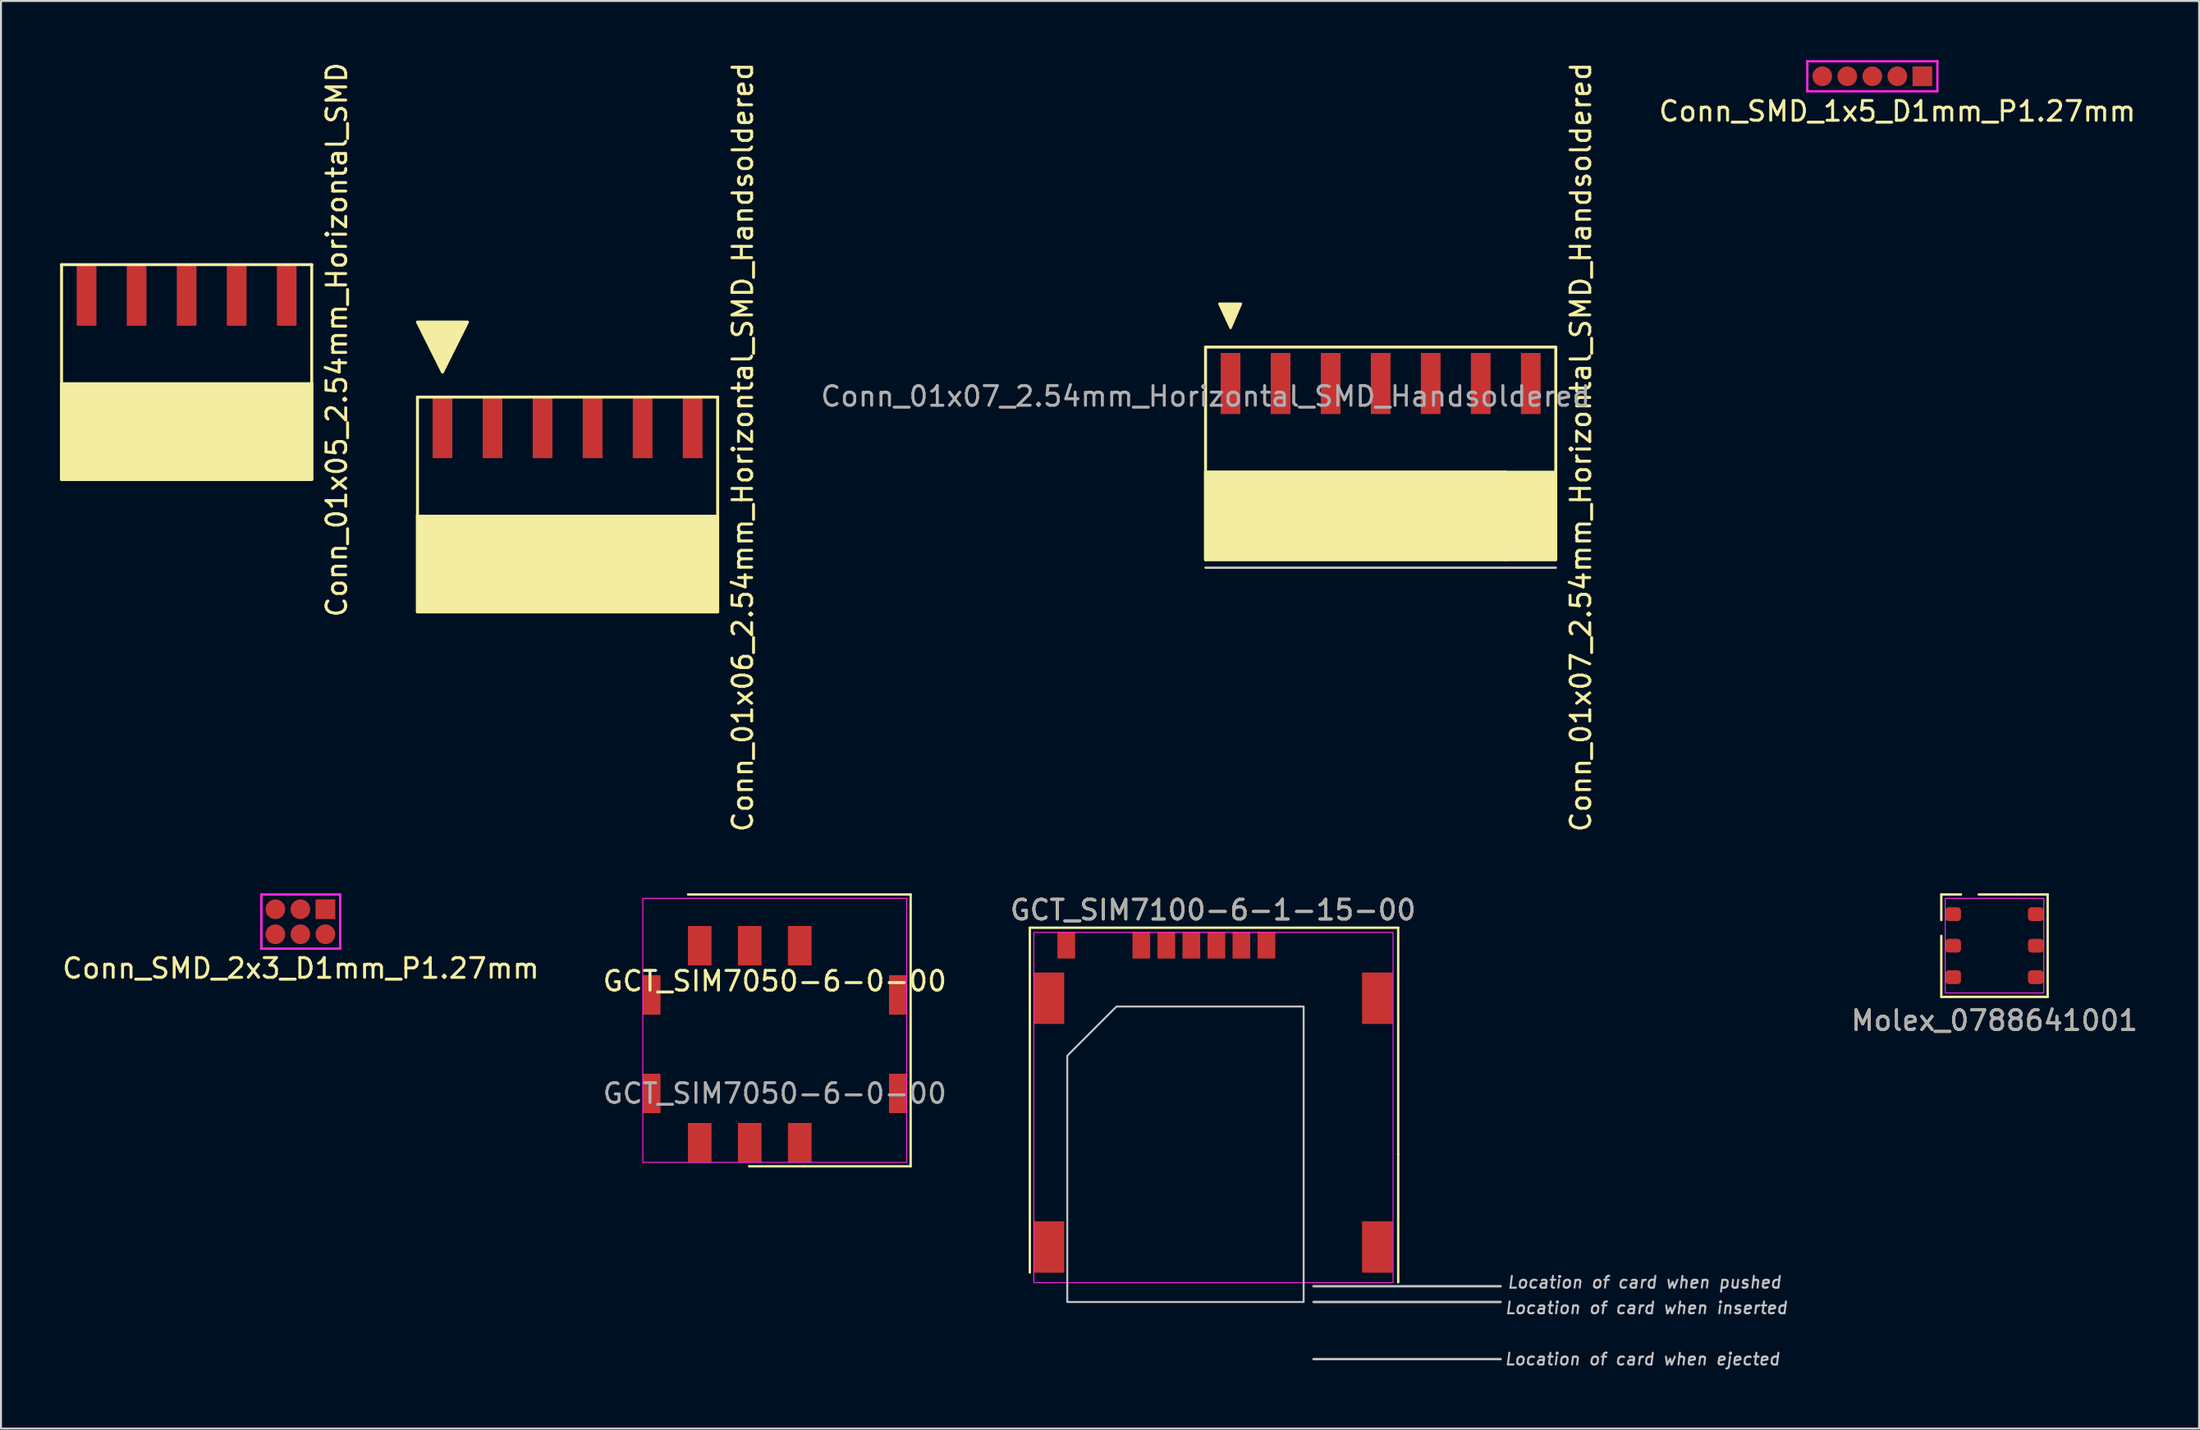
<source format=kicad_pcb>
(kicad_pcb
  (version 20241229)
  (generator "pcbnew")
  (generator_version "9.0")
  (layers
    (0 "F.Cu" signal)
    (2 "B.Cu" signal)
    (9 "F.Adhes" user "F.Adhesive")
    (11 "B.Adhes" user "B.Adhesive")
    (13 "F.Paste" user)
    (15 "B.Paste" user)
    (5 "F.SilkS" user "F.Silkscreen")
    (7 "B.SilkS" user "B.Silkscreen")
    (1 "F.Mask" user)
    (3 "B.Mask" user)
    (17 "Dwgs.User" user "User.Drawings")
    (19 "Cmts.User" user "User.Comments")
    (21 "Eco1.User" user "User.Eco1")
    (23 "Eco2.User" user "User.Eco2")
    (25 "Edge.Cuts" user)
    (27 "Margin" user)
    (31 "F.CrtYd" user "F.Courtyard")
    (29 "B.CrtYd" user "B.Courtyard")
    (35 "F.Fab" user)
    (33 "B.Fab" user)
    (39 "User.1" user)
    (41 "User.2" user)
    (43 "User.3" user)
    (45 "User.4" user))
  (footprint "Conn_01x05_2.54mm_Horizontal_SMD"
    (layer "F.Cu")
    (at 1.345 10.386)
    (property "Reference" "Conn_01x05_2.54mm_Horizontal_SMD" (at 12.7 3.81 90) (layer "F.SilkS") (effects (font (size 1 1) (thickness 0.15))))
    (attr through_hole)
    (fp_line (start -1.27 0) (end -1.27 6.05) (stroke (width 0.15) (type solid)) (layer "F.SilkS"))
    (fp_line (start -1.27 0) (end 11.43 0) (stroke (width 0.15) (type solid)) (layer "F.SilkS"))
    (fp_line (start -1.27 6.05) (end -1.27 10.9) (stroke (width 0.15) (type solid)) (layer "F.SilkS"))
    (fp_line (start -1.27 10.9) (end 11.43 10.9) (stroke (width 0.15) (type solid)) (layer "F.SilkS"))
    (fp_line (start 11.43 0) (end 11.43 6.05) (stroke (width 0.15) (type solid)) (layer "F.SilkS"))
    (fp_line (start 11.43 6.05) (end -1.27 6.05) (stroke (width 0.15) (type solid)) (layer "F.SilkS"))
    (fp_line (start 11.43 6.05) (end 11.43 10.9) (stroke (width 0.15) (type solid)) (layer "F.SilkS"))
    (fp_poly (pts (xy -1.27 6.05) (xy 11.43 6.05) (xy 11.43 10.9) (xy -1.27 10.9)) (stroke (width 0.15) (type solid)) (fill yes) (layer "F.SilkS"))
    (pad "1" smd rect (at 0 1.85) (size 1 3.1) (drill (offset 0 -0.3)) (layers "F.Cu" "F.Mask" "F.Paste"))
    (pad "2" smd rect (at 2.54 1.85) (size 1 3.1) (drill (offset 0 -0.3)) (layers "F.Cu" "F.Mask" "F.Paste"))
    (pad "3" smd rect (at 5.08 1.85) (size 1 3.1) (drill (offset 0 -0.3)) (layers "F.Cu" "F.Mask" "F.Paste"))
    (pad "4" smd rect (at 7.62 1.85) (size 1 3.1) (drill (offset 0 -0.3)) (layers "F.Cu" "F.Mask" "F.Paste"))
    (pad "5" smd rect (at 10.16 1.85) (size 1 3.1) (drill (offset 0 -0.3)) (layers "F.Cu" "F.Mask" "F.Paste")))
  (footprint "Conn_01x07_2.54mm_Horizontal_SMD_Handsoldered"
    (layer "F.Cu")
    (at 58.15 14.569)
    (property "Reference" "Conn_01x07_2.54mm_Horizontal_SMD_Handsoldered" (at 19.05 5.08 90) (unlocked yes) (layer "F.SilkS") (effects (font (size 1 1) (thickness 0.15))))
    (attr smd)
    (fp_line (start 0 0) (end 0 6.35) (stroke (width 0.15) (type solid)) (layer "F.SilkS"))
    (fp_line (start 0 0) (end 17.78 0) (stroke (width 0.15) (type solid)) (layer "F.SilkS"))
    (fp_line (start 0 6.35) (end 0 10.8) (stroke (width 0.15) (type solid)) (layer "F.SilkS"))
    (fp_line (start 15.24 6.35) (end 0 6.35) (stroke (width 0.15) (type solid)) (layer "F.SilkS"))
    (fp_line (start 15.24 6.35) (end 15.24 10.8) (stroke (width 0.15) (type solid)) (layer "F.SilkS"))
    (fp_line (start 17.78 0) (end 17.78 6.35) (stroke (width 0.15) (type solid)) (layer "F.SilkS"))
    (fp_poly (pts (xy 1.27 -0.97) (xy 0.7 -2.2) (xy 1.8 -2.2)) (stroke (width 0.12) (type solid)) (fill yes) (layer "F.SilkS"))
    (fp_poly (pts (xy 0 6.35) (xy 17.78 6.35) (xy 17.78 10.8) (xy 0 10.8)) (stroke (width 0.15) (type solid)) (fill yes) (layer "F.SilkS"))
    (fp_line (start 0 11.2) (end 17.78 11.2) (stroke (width 0.12) (type solid)) (layer "Dwgs.User"))
    (fp_text user "${REFERENCE}" (at 0 2.5 0) (unlocked yes) (layer "F.Fab") (effects (font (size 1 1) (thickness 0.15))))
    (pad "1" smd rect (at 1.27 1.85) (size 1 3.1) (layers "F.Cu" "F.Mask" "F.Paste"))
    (pad "2" smd rect (at 3.81 1.85) (size 1 3.1) (layers "F.Cu" "F.Mask" "F.Paste"))
    (pad "3" smd rect (at 6.35 1.85) (size 1 3.1) (layers "F.Cu" "F.Mask" "F.Paste"))
    (pad "4" smd rect (at 8.89 1.85) (size 1 3.1) (layers "F.Cu" "F.Mask" "F.Paste"))
    (pad "5" smd rect (at 11.43 1.85) (size 1 3.1) (layers "F.Cu" "F.Mask" "F.Paste"))
    (pad "6" smd rect (at 13.97 1.85) (size 1 3.1) (layers "F.Cu" "F.Mask" "F.Paste"))
    (pad "7" smd rect (at 16.51 1.85) (size 1 3.1) (layers "F.Cu" "F.Mask" "F.Paste")))
  (footprint "GCT_SIM7050-6-0-00"
    (layer "F.Cu")
    (at 36.28 49.958)
    (property "Reference" "GCT_SIM7050-6-0-00" (at 0 -3.2 0) (unlocked yes) (layer "F.SilkS") (effects (font (size 1 1) (thickness 0.15))))
    (attr smd)
    (fp_line (start -1.3 6.2) (end 1.5 6.2) (stroke (width 0.12) (type solid)) (layer "F.SilkS"))
    (fp_line (start 1.5 6.2) (end 6.9 6.2) (stroke (width 0.12) (type solid)) (layer "F.SilkS"))
    (fp_line (start 6.9 -7.6) (end -4.4 -7.6) (stroke (width 0.12) (type solid)) (layer "F.SilkS"))
    (fp_line (start 6.9 6.2) (end 6.9 -7.6) (stroke (width 0.12) (type solid)) (layer "F.SilkS"))
    (fp_rect (start -6.7 -7.4) (end 6.7 6) (stroke (width 0.05) (type solid)) (fill no) (layer "F.CrtYd"))
    (fp_text user "${REFERENCE}" (at 0 2.5 0) (unlocked yes) (layer "F.Fab") (effects (font (size 1 1) (thickness 0.15))))
    (pad "1" smd rect (at -3.81 -5) (size 1.2 2) (layers "F.Cu" "F.Mask" "F.Paste"))
    (pad "2" smd rect (at -1.27 -5) (size 1.2 2) (layers "F.Cu" "F.Mask" "F.Paste"))
    (pad "3" smd rect (at 1.27 -5) (size 1.2 2) (layers "F.Cu" "F.Mask" "F.Paste"))
    (pad "5" smd rect (at -3.81 5) (size 1.2 2) (layers "F.Cu" "F.Mask" "F.Paste"))
    (pad "6" smd rect (at -1.27 5) (size 1.2 2) (layers "F.Cu" "F.Mask" "F.Paste"))
    (pad "7" smd rect (at 1.27 5) (size 1.2 2) (layers "F.Cu" "F.Mask" "F.Paste"))
    (pad "MP1" smd rect (at -6.25 -2.5) (size 0.9 2) (layers "F.Cu" "F.Mask" "F.Paste"))
    (pad "MP2" smd rect (at 6.25 -2.5) (size 0.9 2) (layers "F.Cu" "F.Mask" "F.Paste"))
    (pad "MP3" smd rect (at -6.25 2.5) (size 0.9 2) (layers "F.Cu" "F.Mask" "F.Paste"))
    (pad "MP4" smd rect (at 6.25 2.5) (size 0.9 2) (layers "F.Cu" "F.Mask" "F.Paste")))
  (footprint "Molex_0788641001"
    (layer "F.Cu")
    (at 98.201 44.958)
    (property "Reference" "Molex_0788641001" (at 0 3.8 0) (unlocked yes) (layer "F.SilkS") (effects (font (size 1 1) (thickness 0.15))))
    (attr smd)
    (fp_line (start -2.7 -2.6) (end -2.7 -1.3) (stroke (width 0.12) (type solid)) (layer "F.SilkS"))
    (fp_line (start -2.7 -2.6) (end -1.7 -2.6) (stroke (width 0.12) (type solid)) (layer "F.SilkS"))
    (fp_line (start -2.7 -0.5) (end -2.7 2.6) (stroke (width 0.12) (type solid)) (layer "F.SilkS"))
    (fp_line (start -2.7 2.6) (end -2.2 2.6) (stroke (width 0.12) (type solid)) (layer "F.SilkS"))
    (fp_line (start -2.2 2.6) (end 0.4 2.6) (stroke (width 0.12) (type solid)) (layer "F.SilkS"))
    (fp_line (start 0.4 2.6) (end 2.3 2.6) (stroke (width 0.12) (type solid)) (layer "F.SilkS"))
    (fp_line (start 1.2 -2.6) (end -0.8 -2.6) (stroke (width 0.12) (type solid)) (layer "F.SilkS"))
    (fp_line (start 2.3 2.6) (end 2.7 2.6) (stroke (width 0.12) (type solid)) (layer "F.SilkS"))
    (fp_line (start 2.7 -2.6) (end 1.2 -2.6) (stroke (width 0.12) (type solid)) (layer "F.SilkS"))
    (fp_line (start 2.7 -2.3) (end 2.7 -2.6) (stroke (width 0.12) (type solid)) (layer "F.SilkS"))
    (fp_line (start 2.7 1.4) (end 2.7 -2.3) (stroke (width 0.12) (type solid)) (layer "F.SilkS"))
    (fp_line (start 2.7 2.6) (end 2.7 1.4) (stroke (width 0.12) (type solid)) (layer "F.SilkS"))
    (fp_rect (start -2.5 -2.4) (end 2.5 2.4) (stroke (width 0.05) (type solid)) (fill no) (layer "F.CrtYd"))
    (fp_text user "${REFERENCE}" (at 0 3.8 0) (unlocked yes) (layer "F.Fab") (effects (font (size 1 1) (thickness 0.15))))
    (pad "1" smd roundrect (at -2.1 -1.6 270) (size 0.7 0.8) (layers "F.Cu" "F.Mask" "F.Paste") (roundrect_rratio 0.25))
    (pad "2" smd roundrect (at 2.1 -1.6 270) (size 0.7 0.8) (layers "F.Cu" "F.Mask" "F.Paste") (roundrect_rratio 0.25))
    (pad "3" smd roundrect (at -2.1 0 270) (size 0.7 0.8) (layers "F.Cu" "F.Mask" "F.Paste") (roundrect_rratio 0.25))
    (pad "4" smd roundrect (at 2.1 0 270) (size 0.7 0.8) (layers "F.Cu" "F.Mask" "F.Paste") (roundrect_rratio 0.25))
    (pad "5" smd roundrect (at -2.1 1.6 270) (size 0.7 0.8) (layers "F.Cu" "F.Mask" "F.Paste") (roundrect_rratio 0.25))
    (pad "6" smd roundrect (at 2.1 1.6 270) (size 0.7 0.8) (layers "F.Cu" "F.Mask" "F.Paste") (roundrect_rratio 0.25)))
  (footprint "GCT_SIM7100-6-1-15-00"
    (layer "F.Cu")
    (at 58.53 52.946)
    (property "Reference" "GCT_SIM7100-6-1-15-00" (at 0 -9.8 0) (unlocked yes) (layer "F.SilkS") (effects (font (size 1 1) (thickness 0.15))))
    (attr smd)
    (fp_line (start -9.3 -8.9) (end -9.3 8.6) (stroke (width 0.12) (type solid)) (layer "F.SilkS"))
    (fp_line (start 9.4 -8.9) (end -9.3 -8.9) (stroke (width 0.12) (type solid)) (layer "F.SilkS"))
    (fp_line (start 9.4 2.6) (end 9.4 -8.9) (stroke (width 0.12) (type solid)) (layer "F.SilkS"))
    (fp_line (start 9.4 9.1) (end 9.4 2.6) (stroke (width 0.12) (type solid)) (layer "F.SilkS"))
    (fp_line (start 5.1 10.1) (end 14.6 10.1) (stroke (width 0.12) (type solid)) (layer "Dwgs.User"))
    (fp_line (start 5.1 13) (end 14.6 13) (stroke (width 0.12) (type solid)) (layer "Dwgs.User"))
    (fp_line (start 14.6 9.3) (end 5.1 9.3) (stroke (width 0.12) (type solid)) (layer "Dwgs.User"))
    (fp_poly (pts (xy -4.9 -4.9) (xy -7.4 -2.4) (xy -7.4 10.1) (xy 4.6 10.1) (xy 4.6 -4.9)) (stroke (width 0.1) (type solid)) (fill no) (layer "Dwgs.User"))
    (fp_rect (start -9.1 -8.661) (end 9.14 9.119) (stroke (width 0.05) (type solid)) (fill no) (layer "F.CrtYd"))
    (fp_text user "Location of card when pushed" (at 21.9 9.1 0) (unlocked yes) (layer "Dwgs.User") (effects (font (size 0.6 0.6) (thickness 0.1) (italic yes))))
    (fp_text user "Location of card when inserted" (at 22 10.4 0) (unlocked yes) (layer "Dwgs.User") (effects (font (size 0.6 0.6) (thickness 0.1) (italic yes))))
    (fp_text user "Location of card when ejected" (at 21.8 13 0) (unlocked yes) (layer "Dwgs.User") (effects (font (size 0.6 0.6) (thickness 0.1) (italic yes))))
    (fp_text user "${REFERENCE}" (at 0 -9.8 0) (unlocked yes) (layer "F.Fab") (effects (font (size 1 1) (thickness 0.15))))
    (pad "1" smd rect (at 2.71 -8.011) (size 0.9 1.35) (layers "F.Cu" "F.Mask" "F.Paste"))
    (pad "2" smd rect (at 0.17 -8.011) (size 0.9 1.35) (layers "F.Cu" "F.Mask" "F.Paste"))
    (pad "3" smd rect (at -2.37 -8.011) (size 0.9 1.35) (layers "F.Cu" "F.Mask" "F.Paste"))
    (pad "5" smd rect (at 1.44 -8.011) (size 0.9 1.35) (layers "F.Cu" "F.Mask" "F.Paste"))
    (pad "6" smd rect (at -1.1 -8.011) (size 0.9 1.35) (layers "F.Cu" "F.Mask" "F.Paste"))
    (pad "7" smd rect (at -3.64 -8.011) (size 0.9 1.35) (layers "F.Cu" "F.Mask" "F.Paste"))
    (pad "9" smd rect (at -7.45 -8.011) (size 0.9 1.35) (layers "F.Cu" "F.Mask" "F.Paste"))
    (pad "10" smd rect (at -8.335 -5.321) (size 1.56 2.61) (layers "F.Cu" "F.Mask" "F.Paste"))
    (pad "11" smd rect (at 8.345 -5.321) (size 1.56 2.61) (layers "F.Cu" "F.Mask" "F.Paste"))
    (pad "12" smd rect (at 8.345 7.309) (size 1.56 2.61) (layers "F.Cu" "F.Mask" "F.Paste"))
    (pad "13" smd rect (at -8.335 7.309) (size 1.56 2.61) (layers "F.Cu" "F.Mask" "F.Paste"))
    (zone (net_name "") (layer "F.Cu") (hatch full 0.508) (connect_pads) (min_thickness 0.254) (filled_areas_thickness no) (keepout (tracks not_allowed) (vias not_allowed) (pads not_allowed) (copperpour allowed) (footprints not_allowed)) (placement (enabled no)) (fill) (polygon (pts (xy 56.9 54.206) (xy 55.5 54.206) (xy 55.5 50.266) (xy 56.9 50.266))))
    (zone (net_name "") (layer "F.Cu") (hatch full 0.508) (connect_pads) (min_thickness 0.254) (filled_areas_thickness no) (keepout (tracks not_allowed) (vias not_allowed) (pads not_allowed) (copperpour allowed) (footprints not_allowed)) (placement (enabled no)) (fill) (polygon (pts (xy 57.05 61.586) (xy 55.35 61.586) (xy 55.35 58.006) (xy 57.05 58.006))))
    (zone (net_name "") (layer "F.Cu") (hatch full 0.508) (connect_pads) (min_thickness 0.254) (filled_areas_thickness no) (keepout (tracks not_allowed) (vias not_allowed) (pads not_allowed) (copperpour allowed) (footprints allowed)) (placement (enabled no)) (fill) (polygon (pts (xy 59.44 54.206) (xy 58.04 54.206) (xy 58.04 50.266) (xy 59.44 50.266))))
    (zone (net_name "") (layer "F.Cu") (hatch full 0.508) (connect_pads) (min_thickness 0.254) (filled_areas_thickness no) (keepout (tracks not_allowed) (vias not_allowed) (pads not_allowed) (copperpour allowed) (footprints not_allowed)) (placement (enabled no)) (fill) (polygon (pts (xy 59.59 61.586) (xy 57.89 61.586) (xy 57.89 58.006) (xy 59.59 58.006))))
    (zone (net_name "") (layer "F.Cu") (hatch full 0.508) (connect_pads) (min_thickness 0.254) (filled_areas_thickness no) (keepout (tracks not_allowed) (vias not_allowed) (pads not_allowed) (copperpour allowed) (footprints allowed)) (placement (enabled no)) (fill) (polygon (pts (xy 61.98 54.206) (xy 60.58 54.206) (xy 60.58 50.266) (xy 61.98 50.266))))
    (zone (net_name "") (layer "F.Cu") (hatch full 0.508) (connect_pads) (min_thickness 0.254) (filled_areas_thickness no) (keepout (tracks not_allowed) (vias not_allowed) (pads not_allowed) (copperpour allowed) (footprints not_allowed)) (placement (enabled no)) (fill) (polygon (pts (xy 62.13 61.586) (xy 60.43 61.586) (xy 60.43 58.006) (xy 62.13 58.006)))))
  (footprint "Conn_01x06_2.54mm_Horizontal_SMD_Handsoldered"
    (layer "F.Cu")
    (at 18.143 17.109)
    (property "Reference" "Conn_01x06_2.54mm_Horizontal_SMD_Handsoldered" (at 16.51 2.54 90) (layer "F.SilkS") (effects (font (size 1 1) (thickness 0.15))))
    (attr through_hole)
    (fp_line (start 0 0) (end 0 6.05) (stroke (width 0.15) (type solid)) (layer "F.SilkS"))
    (fp_line (start 0 0) (end 15.24 0) (stroke (width 0.15) (type solid)) (layer "F.SilkS"))
    (fp_line (start 0 6.05) (end 0 10.9) (stroke (width 0.15) (type solid)) (layer "F.SilkS"))
    (fp_line (start 0 10.9) (end 15.24 10.9) (stroke (width 0.15) (type solid)) (layer "F.SilkS"))
    (fp_line (start 15.24 0) (end 15.24 6.05) (stroke (width 0.15) (type solid)) (layer "F.SilkS"))
    (fp_line (start 15.24 6.05) (end 0 6.05) (stroke (width 0.15) (type solid)) (layer "F.SilkS"))
    (fp_line (start 15.24 6.05) (end 15.24 10.9) (stroke (width 0.15) (type solid)) (layer "F.SilkS"))
    (fp_poly (pts (xy 1.27 -1.27) (xy 2.54 -3.81) (xy 0 -3.81)) (stroke (width 0.15) (type solid)) (fill yes) (layer "F.SilkS"))
    (fp_poly (pts (xy 0 6.05) (xy 15.24 6.05) (xy 15.24 10.9) (xy 0 10.9)) (stroke (width 0.15) (type solid)) (fill yes) (layer "F.SilkS"))
    (pad "1" smd rect (at 1.27 1.85) (size 1 3.1) (drill (offset 0 -0.3)) (layers "F.Cu" "F.Mask" "F.Paste"))
    (pad "2" smd rect (at 3.81 1.85) (size 1 3.1) (drill (offset 0 -0.3)) (layers "F.Cu" "F.Mask" "F.Paste"))
    (pad "3" smd rect (at 6.35 1.85) (size 1 3.1) (drill (offset 0 -0.3)) (layers "F.Cu" "F.Mask" "F.Paste"))
    (pad "4" smd rect (at 8.89 1.85) (size 1 3.1) (drill (offset 0 -0.3)) (layers "F.Cu" "F.Mask" "F.Paste"))
    (pad "5" smd rect (at 11.43 1.85) (size 1 3.1) (drill (offset 0 -0.3)) (layers "F.Cu" "F.Mask" "F.Paste"))
    (pad "6" smd rect (at 13.97 1.85) (size 1 3.1) (drill (offset 0 -0.3)) (layers "F.Cu" "F.Mask" "F.Paste")))
  (footprint "Conn_SMD_2x3_D1mm_P1.27mm"
    (layer "F.Cu")
    (at 13.47 43.108)
    (property "Reference" "Conn_SMD_2x3_D1mm_P1.27mm" (at -1.25 3 0) (layer "F.SilkS") (effects (font (size 1 1) (thickness 0.15))))
    (attr exclude_from_pos_files exclude_from_bom)
    (fp_line (start -3.25 -0.75) (end -3.25 2) (stroke (width 0.12) (type solid)) (layer "F.CrtYd"))
    (fp_line (start -3.25 2) (end 0.75 2) (stroke (width 0.12) (type solid)) (layer "F.CrtYd"))
    (fp_line (start 0.75 -0.75) (end -3.25 -0.75) (stroke (width 0.12) (type solid)) (layer "F.CrtYd"))
    (fp_line (start 0.75 2) (end 0.75 -0.75) (stroke (width 0.12) (type solid)) (layer "F.CrtYd"))
    (pad "1" smd rect (at 0 0) (size 1 1) (layers "F.Cu" "F.Mask" "F.Paste"))
    (pad "2" smd circle (at 0 1.27) (size 1 1) (layers "F.Cu" "F.Mask" "F.Paste"))
    (pad "3" smd circle (at -1.27 0) (size 1 1) (layers "F.Cu" "F.Mask" "F.Paste"))
    (pad "4" smd circle (at -1.27 1.27) (size 1 1) (layers "F.Cu" "F.Mask" "F.Paste"))
    (pad "5" smd circle (at -2.54 0) (size 1 1) (layers "F.Cu" "F.Mask" "F.Paste"))
    (pad "6" smd circle (at -2.54 1.27) (size 1 1) (layers "F.Cu" "F.Mask" "F.Paste")))
  (footprint "Conn_SMD_1x5_D1mm_P1.27mm"
    (layer "F.Cu")
    (at 91.999 0.822)
    (property "Reference" "Conn_SMD_1x5_D1mm_P1.27mm" (at 1.27 1.778 0) (layer "F.SilkS") (effects (font (size 1 1) (thickness 0.15))))
    (attr exclude_from_pos_files exclude_from_bom)
    (fp_line (start -3.302 -0.762) (end -3.302 0.762) (stroke (width 0.12) (type solid)) (layer "F.CrtYd"))
    (fp_line (start -3.302 0.762) (end 3.302 0.762) (stroke (width 0.12) (type solid)) (layer "F.CrtYd"))
    (fp_line (start 3.302 -0.762) (end -3.302 -0.762) (stroke (width 0.12) (type solid)) (layer "F.CrtYd"))
    (fp_line (start 3.302 0.762) (end 3.302 -0.762) (stroke (width 0.12) (type solid)) (layer "F.CrtYd"))
    (pad "1" smd rect (at 2.54 0 90) (size 1 1) (layers "F.Cu" "F.Mask" "F.Paste"))
    (pad "2" smd circle (at 1.27 0) (size 1 1) (layers "F.Cu" "F.Mask" "F.Paste"))
    (pad "3" smd circle (at 0 0) (size 1 1) (layers "F.Cu" "F.Mask" "F.Paste"))
    (pad "4" smd circle (at -1.27 0) (size 1 1) (layers "F.Cu" "F.Mask" "F.Paste"))
    (pad "5" smd circle (at -2.54 0) (size 1 1) (layers "F.Cu" "F.Mask" "F.Paste")))
  (gr_rect
    (start -3 -3)
    (end 108.588 69.472)
    (stroke (width 0.1) (type default))
    (fill no)
    (layer "Edge.Cuts")))
</source>
